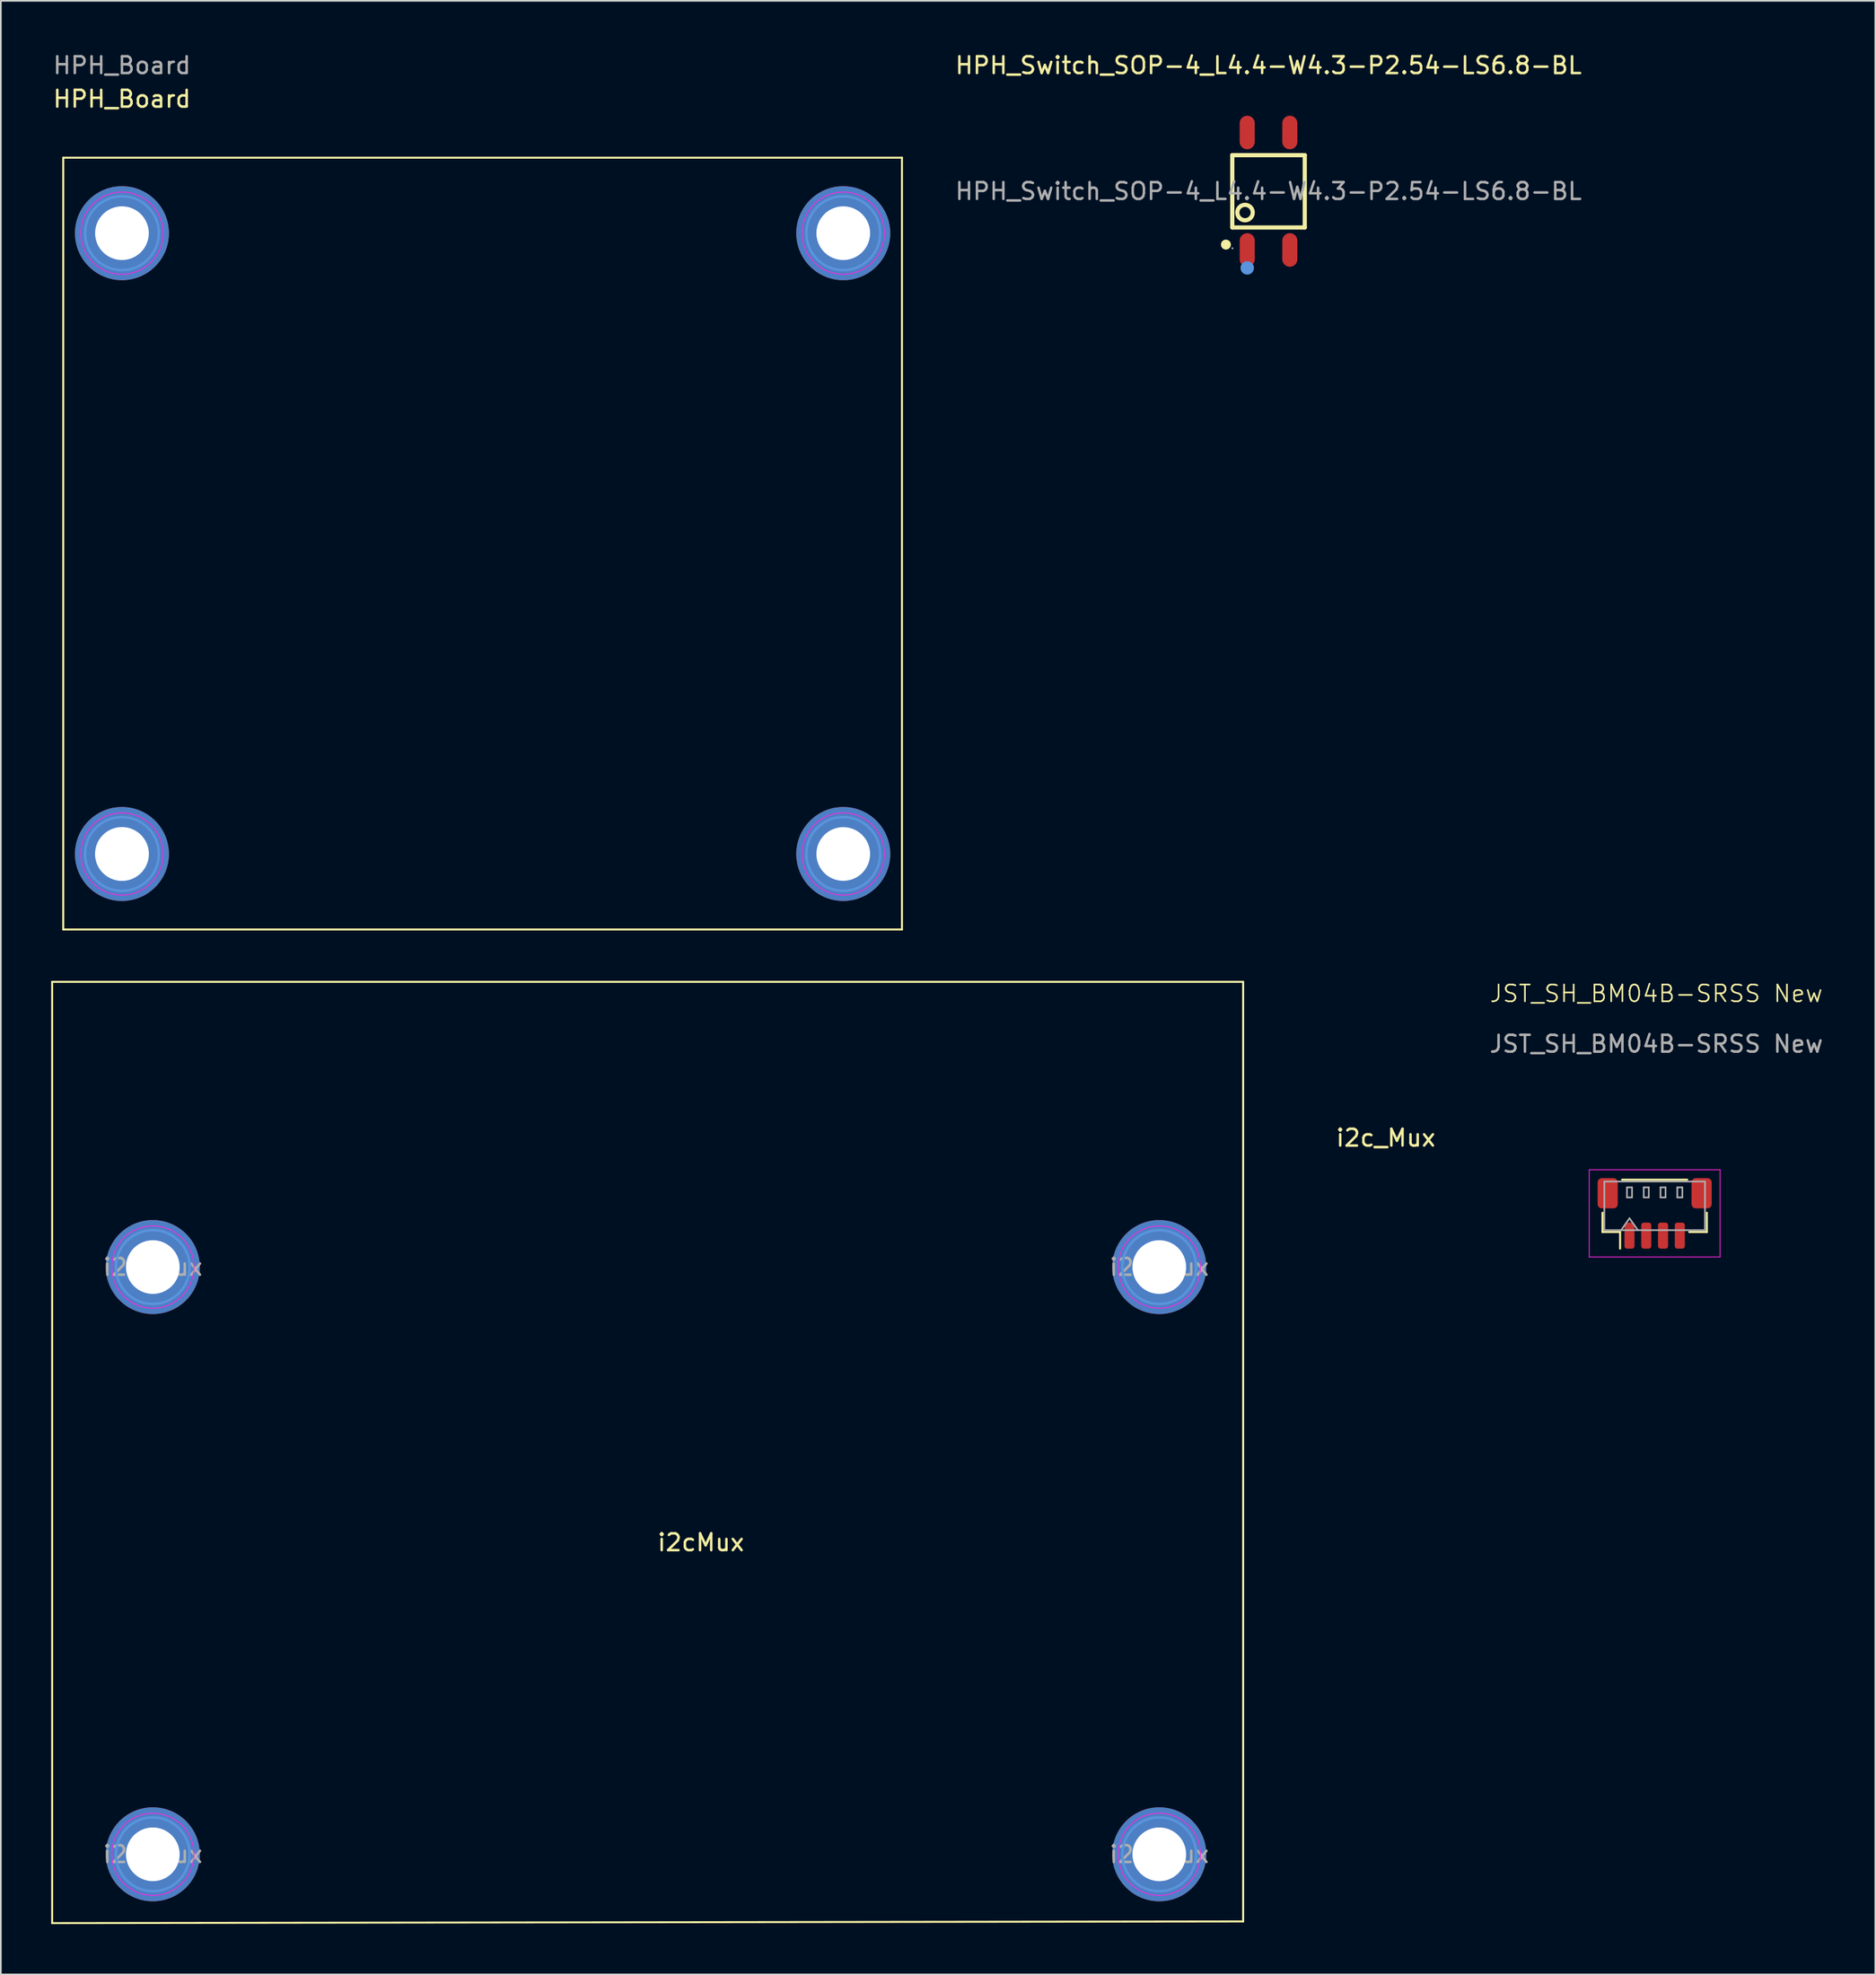
<source format=kicad_pcb>
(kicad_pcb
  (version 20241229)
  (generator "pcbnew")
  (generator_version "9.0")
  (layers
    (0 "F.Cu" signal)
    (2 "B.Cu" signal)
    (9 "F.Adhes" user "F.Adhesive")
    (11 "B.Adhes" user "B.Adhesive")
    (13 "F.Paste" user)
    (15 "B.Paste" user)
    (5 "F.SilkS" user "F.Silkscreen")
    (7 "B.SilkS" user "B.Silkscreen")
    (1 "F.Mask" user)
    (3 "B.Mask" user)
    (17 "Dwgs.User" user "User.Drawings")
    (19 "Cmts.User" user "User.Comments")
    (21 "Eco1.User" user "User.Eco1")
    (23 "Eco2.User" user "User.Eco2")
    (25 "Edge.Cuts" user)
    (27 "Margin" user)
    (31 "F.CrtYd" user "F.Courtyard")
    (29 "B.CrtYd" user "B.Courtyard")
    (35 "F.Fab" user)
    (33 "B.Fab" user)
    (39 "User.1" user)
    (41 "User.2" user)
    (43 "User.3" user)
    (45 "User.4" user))
  (footprint "JST_SH_BM04B-SRSS New"
    (layer "F.Cu")
    (at 95.691 69.669)
    (property "Reference" "JST_SH_BM04B-SRSS New" (at 0 -13.5 0) (unlocked yes) (layer "F.SilkS") (effects (font (size 1 1) (thickness 0.1))))
    (attr smd)
    (fp_line (start -3.21 -0.44) (end -3.21 0.71) (stroke (width 0.12) (type solid)) (layer "F.SilkS"))
    (fp_line (start -3.21 0.71) (end -2.16 0.71) (stroke (width 0.12) (type solid)) (layer "F.SilkS"))
    (fp_line (start -2.16 0.71) (end -2.16 1.7) (stroke (width 0.12) (type solid)) (layer "F.SilkS"))
    (fp_line (start -2.04 -2.41) (end 1.84 -2.41) (stroke (width 0.12) (type solid)) (layer "F.SilkS"))
    (fp_line (start 3.01 -0.44) (end 3.01 0.71) (stroke (width 0.12) (type solid)) (layer "F.SilkS"))
    (fp_line (start 3.01 0.71) (end 1.96 0.71) (stroke (width 0.12) (type solid)) (layer "F.SilkS"))
    (fp_line (start -4 -3) (end -4 2.2) (stroke (width 0.05) (type solid)) (layer "F.CrtYd"))
    (fp_line (start -4 2.2) (end 3.8 2.2) (stroke (width 0.05) (type solid)) (layer "F.CrtYd"))
    (fp_line (start 3.8 -3) (end -4 -3) (stroke (width 0.05) (type solid)) (layer "F.CrtYd"))
    (fp_line (start 3.8 2.2) (end 3.8 -3) (stroke (width 0.05) (type solid)) (layer "F.CrtYd"))
    (fp_line (start -3.1 -2.3) (end 2.9 -2.3) (stroke (width 0.1) (type solid)) (layer "F.Fab"))
    (fp_line (start -3.1 0.6) (end -3.1 -2.3) (stroke (width 0.1) (type solid)) (layer "F.Fab"))
    (fp_line (start -3.1 0.6) (end 2.9 0.6) (stroke (width 0.1) (type solid)) (layer "F.Fab"))
    (fp_line (start -2.1 0.6) (end -1.6 -0.107) (stroke (width 0.1) (type solid)) (layer "F.Fab"))
    (fp_line (start -1.75 -1.95) (end -1.75 -1.35) (stroke (width 0.1) (type solid)) (layer "F.Fab"))
    (fp_line (start -1.75 -1.35) (end -1.45 -1.35) (stroke (width 0.1) (type solid)) (layer "F.Fab"))
    (fp_line (start -1.6 -0.107) (end -1.1 0.6) (stroke (width 0.1) (type solid)) (layer "F.Fab"))
    (fp_line (start -1.45 -1.95) (end -1.75 -1.95) (stroke (width 0.1) (type solid)) (layer "F.Fab"))
    (fp_line (start -1.45 -1.35) (end -1.45 -1.95) (stroke (width 0.1) (type solid)) (layer "F.Fab"))
    (fp_line (start -0.75 -1.95) (end -0.75 -1.35) (stroke (width 0.1) (type solid)) (layer "F.Fab"))
    (fp_line (start -0.75 -1.35) (end -0.45 -1.35) (stroke (width 0.1) (type solid)) (layer "F.Fab"))
    (fp_line (start -0.45 -1.95) (end -0.75 -1.95) (stroke (width 0.1) (type solid)) (layer "F.Fab"))
    (fp_line (start -0.45 -1.35) (end -0.45 -1.95) (stroke (width 0.1) (type solid)) (layer "F.Fab"))
    (fp_line (start 0.25 -1.95) (end 0.25 -1.35) (stroke (width 0.1) (type solid)) (layer "F.Fab"))
    (fp_line (start 0.25 -1.35) (end 0.55 -1.35) (stroke (width 0.1) (type solid)) (layer "F.Fab"))
    (fp_line (start 0.55 -1.95) (end 0.25 -1.95) (stroke (width 0.1) (type solid)) (layer "F.Fab"))
    (fp_line (start 0.55 -1.35) (end 0.55 -1.95) (stroke (width 0.1) (type solid)) (layer "F.Fab"))
    (fp_line (start 1.25 -1.95) (end 1.25 -1.35) (stroke (width 0.1) (type solid)) (layer "F.Fab"))
    (fp_line (start 1.25 -1.35) (end 1.55 -1.35) (stroke (width 0.1) (type solid)) (layer "F.Fab"))
    (fp_line (start 1.55 -1.95) (end 1.25 -1.95) (stroke (width 0.1) (type solid)) (layer "F.Fab"))
    (fp_line (start 1.55 -1.35) (end 1.55 -1.95) (stroke (width 0.1) (type solid)) (layer "F.Fab"))
    (fp_line (start 2.9 0.6) (end 2.9 -2.3) (stroke (width 0.1) (type solid)) (layer "F.Fab"))
    (fp_text user "${REFERENCE}" (at 0 -10.5 0) (unlocked yes) (layer "F.Fab") (effects (font (size 1 1) (thickness 0.15))))
    (pad "1" smd roundrect (at -1.6 0.925) (size 0.6 1.55) (layers "F.Cu" "F.Mask" "F.Paste") (roundrect_rratio 0.25))
    (pad "2" smd roundrect (at -0.6 0.925) (size 0.6 1.55) (layers "F.Cu" "F.Mask" "F.Paste") (roundrect_rratio 0.25))
    (pad "3" smd roundrect (at 0.4 0.925) (size 0.6 1.55) (layers "F.Cu" "F.Mask" "F.Paste") (roundrect_rratio 0.25))
    (pad "4" smd roundrect (at 1.4 0.925) (size 0.6 1.55) (layers "F.Cu" "F.Mask" "F.Paste") (roundrect_rratio 0.25))
    (pad "MP" smd roundrect (at -2.9 -1.6) (size 1.2 1.8) (layers "F.Cu" "F.Mask" "F.Paste") (roundrect_rratio 0.208))
    (pad "MP" smd roundrect (at 2.7 -1.6) (size 1.2 1.8) (layers "F.Cu" "F.Mask" "F.Paste") (roundrect_rratio 0.208)))
  (footprint "HPH_Switch_SOP-4_L4.4-W4.3-P2.54-LS6.8-BL"
    (layer "F.Cu")
    (at 72.572 8.348)
    (property "Reference" "HPH_Switch_SOP-4_L4.4-W4.3-P2.54-LS6.8-BL" (at 0 -7.5 0) (layer "F.SilkS") (effects (font (size 1 1) (thickness 0.15))))
    (attr smd)
    (fp_line (start -2.16 -2.15) (end -2.16 2.16) (stroke (width 0.25) (type solid)) (layer "F.SilkS"))
    (fp_line (start -2.16 2.16) (end 2.16 2.16) (stroke (width 0.25) (type solid)) (layer "F.SilkS"))
    (fp_line (start 2.16 -2.15) (end -2.16 -2.15) (stroke (width 0.25) (type solid)) (layer "F.SilkS"))
    (fp_line (start 2.16 2.16) (end 2.16 -2.15) (stroke (width 0.25) (type solid)) (layer "F.SilkS"))
    (fp_arc (start -2.54 3.18) (mid -2.54 3.18) (end -2.54 3.18) (stroke (width 0.3) (type solid)) (layer "F.SilkS"))
    (fp_circle (center -1.4 1.27) (end -0.94 1.27) (stroke (width 0.25) (type solid)) (fill no) (layer "F.SilkS"))
    (fp_circle (center -1.27 4.57) (end -1.07 4.57) (stroke (width 0.4) (type solid)) (fill no) (layer "Cmts.User"))
    (fp_circle (center -2.15 3.4) (end -2.12 3.4) (stroke (width 0.06) (type solid)) (fill no) (layer "F.Fab"))
    (fp_text user "${REFERENCE}" (at 0 0 0) (layer "F.Fab") (effects (font (size 1 1) (thickness 0.15))))
    (pad "1" smd oval (at -1.27 3.5) (size 0.9 2) (layers "F.Cu" "F.Mask" "F.Paste"))
    (pad "2" smd oval (at 1.27 3.5) (size 0.9 2) (layers "F.Cu" "F.Mask" "F.Paste"))
    (pad "3" smd oval (at 1.27 -3.5) (size 0.9 2) (layers "F.Cu" "F.Mask" "F.Paste"))
    (pad "4" smd oval (at -1.27 -3.5) (size 0.9 2) (layers "F.Cu" "F.Mask" "F.Paste")))
  (footprint "HPH_Board"
    (layer "F.Cu")
    (at 4.22 10.848)
    (property "Reference" "HPH_Board" (at 0 -8 0) (unlocked yes) (layer "F.SilkS") (effects (font (size 1 1) (thickness 0.15))))
    (attr through_hole)
    (fp_line (start -3.5 -4.5) (end -3.5 41.5) (stroke (width 0.12) (type default)) (layer "F.SilkS"))
    (fp_line (start -3.5 -4.5) (end 46.5 -4.5) (stroke (width 0.12) (type default)) (layer "F.SilkS"))
    (fp_line (start -3.5 41.5) (end 46.5 41.5) (stroke (width 0.12) (type default)) (layer "F.SilkS"))
    (fp_line (start 46.5 41.5) (end 46.5 -4.5) (stroke (width 0.12) (type default)) (layer "F.SilkS"))
    (fp_circle (center 0 0) (end 2.2 0) (stroke (width 0.15) (type solid)) (fill no) (layer "Cmts.User"))
    (fp_circle (center 0 37) (end 2.2 37) (stroke (width 0.15) (type solid)) (fill no) (layer "Cmts.User"))
    (fp_circle (center 43 0) (end 45.2 0) (stroke (width 0.15) (type solid)) (fill no) (layer "Cmts.User"))
    (fp_circle (center 43 37) (end 45.2 37) (stroke (width 0.15) (type solid)) (fill no) (layer "Cmts.User"))
    (fp_circle (center 0 0) (end 2.45 0) (stroke (width 0.05) (type solid)) (fill no) (layer "F.CrtYd"))
    (fp_circle (center 0 37) (end 2.45 37) (stroke (width 0.05) (type solid)) (fill no) (layer "F.CrtYd"))
    (fp_circle (center 43 0) (end 45.45 0) (stroke (width 0.05) (type solid)) (fill no) (layer "F.CrtYd"))
    (fp_circle (center 43 37) (end 45.45 37) (stroke (width 0.05) (type solid)) (fill no) (layer "F.CrtYd"))
    (fp_text user "${REFERENCE}" (at 0 -10 0) (layer "F.Fab") (effects (font (size 1 1) (thickness 0.15))))
    (pad "1" thru_hole circle (at 0 0) (size 5.6 5.6) (drill 3.2) (layers "*.Cu" "*.Mask"))
    (pad "1" thru_hole circle (at 0 37) (size 5.6 5.6) (drill 3.21) (layers "*.Cu" "*.Mask"))
    (pad "1" thru_hole circle (at 43 0) (size 5.6 5.6) (drill 3.2) (layers "*.Cu" "*.Mask"))
    (pad "1" thru_hole circle (at 43 37) (size 5.6 5.6) (drill 3.2) (layers "*.Cu" "*.Mask")))
  (footprint "i2c_Mux"
    (layer "F.Cu")
    (at 66.06 72.468)
    (property "Reference" "i2c_Mux" (at 13.5 -7.7 0) (unlocked yes) (layer "F.SilkS") (effects (font (size 1 1) (thickness 0.15))))
    (attr smd)
    (fp_line (start -66 -17) (end -66 39.1) (stroke (width 0.12) (type default)) (layer "F.SilkS"))
    (fp_line (start -66 39.1) (end 5 39) (stroke (width 0.12) (type default)) (layer "F.SilkS"))
    (fp_line (start 5 -17) (end -66 -17) (stroke (width 0.12) (type default)) (layer "F.SilkS"))
    (fp_line (start 5 -17) (end 5 39) (stroke (width 0.12) (type default)) (layer "F.SilkS"))
    (fp_circle (center -60 0) (end -57.8 0) (stroke (width 0.15) (type solid)) (fill no) (layer "Cmts.User"))
    (fp_circle (center -60 35) (end -57.8 35) (stroke (width 0.15) (type solid)) (fill no) (layer "Cmts.User"))
    (fp_circle (center 0 0) (end 2.2 0) (stroke (width 0.15) (type solid)) (fill no) (layer "Cmts.User"))
    (fp_circle (center 0 35) (end 2.2 35) (stroke (width 0.15) (type solid)) (fill no) (layer "Cmts.User"))
    (fp_circle (center -60 0) (end -57.55 0) (stroke (width 0.05) (type solid)) (fill no) (layer "F.CrtYd"))
    (fp_circle (center -60 35) (end -57.55 35) (stroke (width 0.05) (type solid)) (fill no) (layer "F.CrtYd"))
    (fp_circle (center 0 0) (end 2.45 0) (stroke (width 0.05) (type solid)) (fill no) (layer "F.CrtYd"))
    (fp_circle (center 0 35) (end 2.45 35) (stroke (width 0.05) (type solid)) (fill no) (layer "F.CrtYd"))
    (fp_text user "i2cMux" (at -30 17 0) (unlocked yes) (layer "F.SilkS") (effects (font (size 1 1) (thickness 0.15)) (justify left bottom)))
    (fp_text user "${REFERENCE}" (at -60 35 0) (layer "F.Fab") (effects (font (size 1 1) (thickness 0.15))))
    (fp_text user "${REFERENCE}" (at 0 0 0) (layer "F.Fab") (effects (font (size 1 1) (thickness 0.15))))
    (fp_text user "${REFERENCE}" (at 0 35 0) (layer "F.Fab") (effects (font (size 1 1) (thickness 0.15))))
    (fp_text user "${REFERENCE}" (at -60 0 0) (layer "F.Fab") (effects (font (size 1 1) (thickness 0.15))))
    (pad "1" thru_hole circle (at -60 0) (size 5.6 5.6) (drill 3.2) (layers "*.Cu" "*.Mask"))
    (pad "1" thru_hole circle (at -60 35) (size 5.6 5.6) (drill 3.2) (layers "*.Cu" "*.Mask"))
    (pad "1" thru_hole circle (at 0 0) (size 5.6 5.6) (drill 3.2) (layers "*.Cu" "*.Mask"))
    (pad "1" thru_hole circle (at 0 35) (size 5.6 5.6) (drill 3.2) (layers "*.Cu" "*.Mask")))
  (gr_rect
    (start -3 -3)
    (end 108.745 114.628)
    (stroke (width 0.1) (type default))
    (fill no)
    (layer "Edge.Cuts")))
</source>
